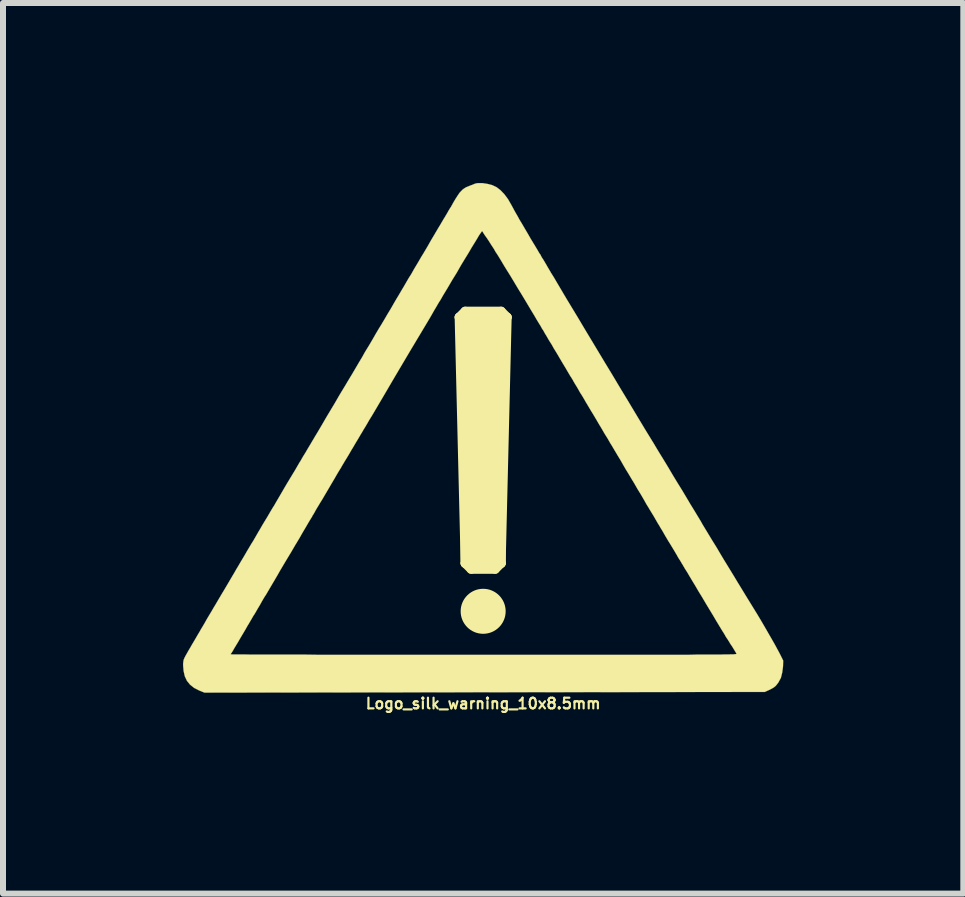
<source format=kicad_pcb>
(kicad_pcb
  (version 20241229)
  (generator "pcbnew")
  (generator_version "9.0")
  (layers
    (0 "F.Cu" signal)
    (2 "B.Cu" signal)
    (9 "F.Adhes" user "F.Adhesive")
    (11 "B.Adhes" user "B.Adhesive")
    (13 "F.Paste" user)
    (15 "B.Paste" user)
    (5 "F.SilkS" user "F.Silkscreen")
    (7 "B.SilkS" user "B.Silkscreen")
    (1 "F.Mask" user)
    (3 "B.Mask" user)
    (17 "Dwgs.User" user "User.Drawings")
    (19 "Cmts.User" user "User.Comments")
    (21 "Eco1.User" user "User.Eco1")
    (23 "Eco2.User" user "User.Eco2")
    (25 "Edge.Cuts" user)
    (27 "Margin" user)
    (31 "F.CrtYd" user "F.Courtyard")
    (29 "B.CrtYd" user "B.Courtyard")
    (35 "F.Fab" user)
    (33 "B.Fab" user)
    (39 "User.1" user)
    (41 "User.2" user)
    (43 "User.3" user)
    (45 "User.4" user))
  (footprint "Logo_silk_warning_10x8.5mm"
    (layer "F.Cu")
    (at 5 4.235)
    (property "Reference" "Logo_silk_warning_10x8.5mm" (at 0 4.437 0) (layer "F.SilkS") (effects (font (size 0.178 0.178) (thickness 0.036))))
    (attr exclude_from_pos_files exclude_from_bom)
    (fp_line (start -0.4 -2) (end -0.3 -2.1) (stroke (width 0.15) (type solid)) (layer "F.SilkS"))
    (fp_line (start -0.4 -2) (end -0.3 2.1) (stroke (width 0.15) (type solid)) (layer "F.SilkS"))
    (fp_line (start -0.3 -2.1) (end 0.3 -2.1) (stroke (width 0.15) (type solid)) (layer "F.SilkS"))
    (fp_line (start -0.3 -2) (end -0.3 2.1) (stroke (width 0.15) (type solid)) (layer "F.SilkS"))
    (fp_line (start -0.3 2.1) (end -0.2 2.2) (stroke (width 0.15) (type solid)) (layer "F.SilkS"))
    (fp_line (start -0.3 2.1) (end 0.3 2.1) (stroke (width 0.15) (type solid)) (layer "F.SilkS"))
    (fp_line (start -0.2 2.1) (end -0.2 -2) (stroke (width 0.15) (type solid)) (layer "F.SilkS"))
    (fp_line (start -0.2 2.2) (end 0.2 2.2) (stroke (width 0.15) (type solid)) (layer "F.SilkS"))
    (fp_line (start -0.1 -2) (end -0.1 2.1) (stroke (width 0.15) (type solid)) (layer "F.SilkS"))
    (fp_line (start 0 2.1) (end 0 -2) (stroke (width 0.15) (type solid)) (layer "F.SilkS"))
    (fp_line (start 0.1 2.1) (end 0.1 -2) (stroke (width 0.15) (type solid)) (layer "F.SilkS"))
    (fp_line (start 0.2 -2) (end 0.2 2.1) (stroke (width 0.15) (type solid)) (layer "F.SilkS"))
    (fp_line (start 0.2 2.2) (end 0.3 2.1) (stroke (width 0.15) (type solid)) (layer "F.SilkS"))
    (fp_line (start 0.3 -2.1) (end 0.4 -2) (stroke (width 0.15) (type solid)) (layer "F.SilkS"))
    (fp_line (start 0.3 2.1) (end 0.3 -2) (stroke (width 0.15) (type solid)) (layer "F.SilkS"))
    (fp_line (start 0.3 2.1) (end 0.4 -2) (stroke (width 0.15) (type solid)) (layer "F.SilkS"))
    (fp_line (start 0.4 -2) (end -0.4 -2) (stroke (width 0.15) (type solid)) (layer "F.SilkS"))
    (fp_circle (center 0 2.9) (end -0.3 2.9) (stroke (width 0.15) (type solid)) (fill no) (layer "F.SilkS"))
    (fp_circle (center 0 2.9) (end -0.2 2.9) (stroke (width 0.15) (type solid)) (fill no) (layer "F.SilkS"))
    (fp_circle (center 0 2.9) (end -0.1 2.9) (stroke (width 0.2) (type solid)) (fill no) (layer "F.SilkS"))
    (fp_poly (pts (xy 4.999 3.721) (xy 4.996 3.82) (xy 4.983 3.919) (xy 4.961 4.008) (xy 4.92 4.084) (xy 4.897 4.115) (xy 4.874 4.143) (xy 4.846 4.166) (xy 4.813 4.186) (xy 4.775 4.206) (xy 4.691 4.244) (xy 4.221 4.244) (xy 4.221 3.609) (xy 4.214 3.594) (xy 4.199 3.569) (xy 4.176 3.531) (xy 4.148 3.485) (xy 4.13 3.459) (xy 4.112 3.432) (xy 4.1 3.409) (xy 4.084 3.386) (xy 4.072 3.365) (xy 4.056 3.343) (xy 4.041 3.32) (xy 4.026 3.292) (xy 4.006 3.259) (xy 3.98 3.218) (xy 3.952 3.172) (xy 3.919 3.117) (xy 3.879 3.051) (xy 3.833 2.972) (xy 3.777 2.88) (xy 3.713 2.774) (xy 3.647 2.662) (xy 3.589 2.568) (xy 3.536 2.477) (xy 3.485 2.393) (xy 3.439 2.316) (xy 3.399 2.248) (xy 3.363 2.192) (xy 3.338 2.149) (xy 3.32 2.118) (xy 3.31 2.103) (xy 3.299 2.083) (xy 3.279 2.05) (xy 3.251 2.007) (xy 3.221 1.953) (xy 3.188 1.897) (xy 3.17 1.867) (xy 3.127 1.796) (xy 3.078 1.717) (xy 3.03 1.636) (xy 2.987 1.56) (xy 2.946 1.494) (xy 2.946 1.491) (xy 2.908 1.43) (xy 2.87 1.364) (xy 2.835 1.303) (xy 2.802 1.25) (xy 2.779 1.212) (xy 2.753 1.168) (xy 2.72 1.115) (xy 2.685 1.052) (xy 2.647 0.986) (xy 2.609 0.922) (xy 2.606 0.919) (xy 2.565 0.851) (xy 2.52 0.772) (xy 2.469 0.688) (xy 2.421 0.607) (xy 2.377 0.536) (xy 2.337 0.467) (xy 2.291 0.386) (xy 2.24 0.302) (xy 2.189 0.216) (xy 2.141 0.135) (xy 2.118 0.099) (xy 2.075 0.023) (xy 2.024 -0.058) (xy 1.974 -0.145) (xy 1.925 -0.226) (xy 1.882 -0.3) (xy 1.864 -0.33) (xy 1.829 -0.389) (xy 1.796 -0.442) (xy 1.768 -0.49) (xy 1.745 -0.528) (xy 1.73 -0.554) (xy 1.727 -0.559) (xy 1.714 -0.579) (xy 1.694 -0.615) (xy 1.669 -0.658) (xy 1.638 -0.709) (xy 1.615 -0.744) (xy 1.585 -0.798) (xy 1.557 -0.846) (xy 1.532 -0.886) (xy 1.514 -0.917) (xy 1.506 -0.93) (xy 1.496 -0.95) (xy 1.476 -0.983) (xy 1.448 -1.026) (xy 1.417 -1.079) (xy 1.384 -1.135) (xy 1.369 -1.161) (xy 1.326 -1.232) (xy 1.278 -1.313) (xy 1.227 -1.4) (xy 1.176 -1.483) (xy 1.133 -1.56) (xy 1.13 -1.562) (xy 1.092 -1.623) (xy 1.059 -1.681) (xy 1.026 -1.735) (xy 1.001 -1.781) (xy 0.98 -1.811) (xy 0.975 -1.821) (xy 0.958 -1.852) (xy 0.93 -1.897) (xy 0.894 -1.956) (xy 0.853 -2.027) (xy 0.805 -2.106) (xy 0.752 -2.195) (xy 0.696 -2.289) (xy 0.638 -2.385) (xy 0.577 -2.484) (xy 0.518 -2.583) (xy 0.46 -2.68) (xy 0.401 -2.774) (xy 0.348 -2.86) (xy 0.3 -2.941) (xy 0.257 -3.012) (xy 0.218 -3.073) (xy 0.213 -3.078) (xy 0.175 -3.145) (xy 0.135 -3.205) (xy 0.097 -3.266) (xy 0.061 -3.32) (xy 0.028 -3.365) (xy 0.005 -3.401) (xy -0.01 -3.426) (xy -0.02 -3.434) (xy -0.025 -3.426) (xy -0.043 -3.401) (xy -0.069 -3.363) (xy -0.102 -3.307) (xy -0.142 -3.241) (xy -0.191 -3.162) (xy -0.244 -3.071) (xy -0.305 -2.972) (xy -0.371 -2.863) (xy -0.439 -2.743) (xy -0.516 -2.619) (xy -0.592 -2.489) (xy -0.673 -2.355) (xy -0.714 -2.283) (xy -0.729 -2.261) (xy -0.752 -2.223) (xy -0.78 -2.174) (xy -0.815 -2.116) (xy -0.851 -2.052) (xy -0.889 -1.986) (xy -1.059 -1.702) (xy -1.222 -1.43) (xy -1.377 -1.168) (xy -1.527 -0.914) (xy -1.671 -0.668) (xy -1.816 -0.422) (xy -1.857 -0.353) (xy -1.895 -0.292) (xy -1.93 -0.231) (xy -1.963 -0.175) (xy -1.991 -0.13) (xy -2.012 -0.094) (xy -2.017 -0.084) (xy -2.035 -0.056) (xy -2.06 -0.013) (xy -2.09 0.038) (xy -2.126 0.097) (xy -2.164 0.163) (xy -2.192 0.208) (xy -2.23 0.274) (xy -2.268 0.338) (xy -2.304 0.396) (xy -2.334 0.447) (xy -2.357 0.485) (xy -2.367 0.505) (xy -2.39 0.541) (xy -2.418 0.587) (xy -2.449 0.64) (xy -2.479 0.693) (xy -2.484 0.701) (xy -2.532 0.782) (xy -2.581 0.866) (xy -2.629 0.947) (xy -2.675 1.026) (xy -2.718 1.095) (xy -2.751 1.151) (xy -2.764 1.171) (xy -2.789 1.214) (xy -2.814 1.26) (xy -2.837 1.298) (xy -2.84 1.3) (xy -2.852 1.326) (xy -2.878 1.367) (xy -2.911 1.422) (xy -2.954 1.496) (xy -3.005 1.582) (xy -3.063 1.684) (xy -3.132 1.798) (xy -3.205 1.923) (xy -3.289 2.062) (xy -3.378 2.212) (xy -3.381 2.217) (xy -3.426 2.296) (xy -3.475 2.38) (xy -3.526 2.466) (xy -3.574 2.548) (xy -3.617 2.621) (xy -3.645 2.664) (xy -3.683 2.728) (xy -3.721 2.797) (xy -3.759 2.86) (xy -3.792 2.918) (xy -3.82 2.964) (xy -3.825 2.969) (xy -3.853 3.018) (xy -3.881 3.066) (xy -3.904 3.106) (xy -3.922 3.134) (xy -3.962 3.205) (xy -4.003 3.274) (xy -4.044 3.343) (xy -4.082 3.409) (xy -4.117 3.467) (xy -4.148 3.518) (xy -4.171 3.559) (xy -4.188 3.586) (xy -4.196 3.599) (xy -4.199 3.599) (xy -4.206 3.614) (xy -4.206 3.617) (xy -4.196 3.617) (xy -4.168 3.619) (xy -4.12 3.619) (xy -4.054 3.619) (xy -3.97 3.619) (xy -3.868 3.622) (xy -3.754 3.622) (xy -3.622 3.622) (xy -3.475 3.622) (xy -3.315 3.622) (xy -3.139 3.622) (xy -2.951 3.622) (xy -2.753 3.625) (xy -2.543 3.625) (xy -2.319 3.625) (xy -2.088 3.625) (xy -1.847 3.625) (xy -1.595 3.625) (xy -1.336 3.625) (xy -1.072 3.625) (xy -0.798 3.625) (xy -0.518 3.625) (xy -0.231 3.625) (xy 0.01 3.625) (xy 0.358 3.625) (xy 0.686 3.625) (xy 0.993 3.625) (xy 1.283 3.625) (xy 1.557 3.625) (xy 1.811 3.625) (xy 2.05 3.625) (xy 2.273 3.625) (xy 2.482 3.625) (xy 2.672 3.625) (xy 2.85 3.625) (xy 3.012 3.625) (xy 3.165 3.625) (xy 3.302 3.625) (xy 3.426 3.625) (xy 3.541 3.622) (xy 3.642 3.622) (xy 3.734 3.622) (xy 3.815 3.622) (xy 3.889 3.622) (xy 3.952 3.622) (xy 4.008 3.619) (xy 4.054 3.619) (xy 4.094 3.619) (xy 4.128 3.617) (xy 4.155 3.617) (xy 4.178 3.617) (xy 4.194 3.614) (xy 4.206 3.614) (xy 4.214 3.612) (xy 4.219 3.612) (xy 4.221 3.609) (xy 4.221 4.244) (xy 0.023 4.249) (xy -4.643 4.255) (xy -4.732 4.219) (xy -4.816 4.176) (xy -4.884 4.122) (xy -4.935 4.059) (xy -4.971 3.983) (xy -4.991 3.894) (xy -4.999 3.8) (xy -4.999 3.772) (xy -4.996 3.749) (xy -4.994 3.729) (xy -4.989 3.706) (xy -4.978 3.68) (xy -4.963 3.65) (xy -4.94 3.609) (xy -4.912 3.559) (xy -4.874 3.495) (xy -4.854 3.459) (xy -4.821 3.404) (xy -4.788 3.348) (xy -4.76 3.299) (xy -4.737 3.261) (xy -4.722 3.236) (xy -4.704 3.203) (xy -4.676 3.157) (xy -4.643 3.101) (xy -4.608 3.038) (xy -4.567 2.969) (xy -4.526 2.901) (xy -4.488 2.835) (xy -4.481 2.824) (xy -4.458 2.786) (xy -4.43 2.738) (xy -4.397 2.682) (xy -4.361 2.621) (xy -4.326 2.563) (xy -4.285 2.494) (xy -4.239 2.416) (xy -4.191 2.334) (xy -4.145 2.256) (xy -4.117 2.207) (xy -4.079 2.144) (xy -4.039 2.075) (xy -3.998 2.007) (xy -3.962 1.946) (xy -3.937 1.902) (xy -3.907 1.852) (xy -3.871 1.791) (xy -3.83 1.725) (xy -3.79 1.656) (xy -3.754 1.593) (xy -3.716 1.529) (xy -3.678 1.463) (xy -3.64 1.4) (xy -3.607 1.346) (xy -3.581 1.303) (xy -3.581 1.3) (xy -3.566 1.278) (xy -3.551 1.25) (xy -3.531 1.217) (xy -3.51 1.181) (xy -3.482 1.138) (xy -3.452 1.085) (xy -3.416 1.024) (xy -3.376 0.955) (xy -3.327 0.871) (xy -3.272 0.777) (xy -3.208 0.671) (xy -3.134 0.549) (xy -3.053 0.409) (xy -3.048 0.404) (xy -3.005 0.328) (xy -2.959 0.254) (xy -2.916 0.18) (xy -2.878 0.117) (xy -2.845 0.061) (xy -2.819 0.018) (xy -2.809 0) (xy -2.789 -0.033) (xy -2.761 -0.079) (xy -2.725 -0.14) (xy -2.685 -0.208) (xy -2.642 -0.282) (xy -2.596 -0.361) (xy -2.555 -0.429) (xy -2.471 -0.569) (xy -2.393 -0.704) (xy -2.316 -0.831) (xy -2.245 -0.95) (xy -2.179 -1.059) (xy -2.121 -1.158) (xy -2.07 -1.245) (xy -2.029 -1.313) (xy -2.007 -1.351) (xy -1.989 -1.384) (xy -1.961 -1.433) (xy -1.925 -1.491) (xy -1.882 -1.562) (xy -1.836 -1.641) (xy -1.788 -1.725) (xy -1.737 -1.811) (xy -1.699 -1.872) (xy -1.646 -1.961) (xy -1.593 -2.052) (xy -1.539 -2.141) (xy -1.491 -2.225) (xy -1.445 -2.304) (xy -1.405 -2.37) (xy -1.374 -2.423) (xy -1.359 -2.449) (xy -1.321 -2.512) (xy -1.28 -2.583) (xy -1.24 -2.652) (xy -1.201 -2.713) (xy -1.181 -2.748) (xy -1.151 -2.802) (xy -1.113 -2.865) (xy -1.072 -2.934) (xy -1.031 -3.005) (xy -1.001 -3.053) (xy -0.927 -3.178) (xy -0.864 -3.289) (xy -0.805 -3.388) (xy -0.754 -3.475) (xy -0.711 -3.546) (xy -0.678 -3.602) (xy -0.655 -3.642) (xy -0.64 -3.665) (xy -0.625 -3.691) (xy -0.602 -3.729) (xy -0.577 -3.774) (xy -0.546 -3.825) (xy -0.538 -3.835) (xy -0.493 -3.917) (xy -0.455 -3.98) (xy -0.422 -4.031) (xy -0.394 -4.072) (xy -0.366 -4.102) (xy -0.34 -4.128) (xy -0.312 -4.148) (xy -0.282 -4.166) (xy -0.244 -4.181) (xy -0.201 -4.199) (xy -0.193 -4.201) (xy -0.15 -4.219) (xy -0.119 -4.229) (xy -0.089 -4.234) (xy -0.058 -4.234) (xy -0.013 -4.234) (xy 0.071 -4.221) (xy 0.15 -4.201) (xy 0.224 -4.166) (xy 0.29 -4.115) (xy 0.353 -4.049) (xy 0.414 -3.967) (xy 0.472 -3.866) (xy 0.505 -3.805) (xy 0.518 -3.78) (xy 0.541 -3.739) (xy 0.572 -3.686) (xy 0.607 -3.622) (xy 0.65 -3.551) (xy 0.696 -3.472) (xy 0.744 -3.391) (xy 0.792 -3.307) (xy 0.843 -3.223) (xy 0.892 -3.142) (xy 0.935 -3.068) (xy 0.953 -3.043) (xy 0.975 -3) (xy 1.008 -2.949) (xy 1.044 -2.888) (xy 1.082 -2.822) (xy 1.123 -2.753) (xy 1.125 -2.748) (xy 1.179 -2.662) (xy 1.24 -2.558) (xy 1.311 -2.438) (xy 1.389 -2.306) (xy 1.478 -2.159) (xy 1.575 -1.999) (xy 1.676 -1.829) (xy 1.786 -1.646) (xy 1.902 -1.453) (xy 2.024 -1.25) (xy 2.151 -1.041) (xy 2.281 -0.823) (xy 2.418 -0.597) (xy 2.555 -0.368) (xy 2.697 -0.132) (xy 2.842 0.104) (xy 2.878 0.165) (xy 2.941 0.269) (xy 3.01 0.381) (xy 3.084 0.503) (xy 3.157 0.627) (xy 3.233 0.752) (xy 3.31 0.876) (xy 3.383 0.998) (xy 3.452 1.115) (xy 3.518 1.222) (xy 3.576 1.318) (xy 3.627 1.402) (xy 3.655 1.453) (xy 3.741 1.595) (xy 3.818 1.722) (xy 3.889 1.836) (xy 3.952 1.943) (xy 4.011 2.042) (xy 4.069 2.136) (xy 4.125 2.228) (xy 4.181 2.319) (xy 4.239 2.416) (xy 4.293 2.504) (xy 4.394 2.67) (xy 4.486 2.819) (xy 4.569 2.954) (xy 4.643 3.078) (xy 4.707 3.188) (xy 4.765 3.289) (xy 4.818 3.381) (xy 4.864 3.462) (xy 4.905 3.538) (xy 4.938 3.599) (xy 4.999 3.721)) (stroke (width 0.003) (type solid)) (fill yes) (layer "F.SilkS")))
  (gr_rect
    (start -3 -3)
    (end 13 11.839)
    (stroke (width 0.1) (type default))
    (fill no)
    (layer "Edge.Cuts")))
</source>
